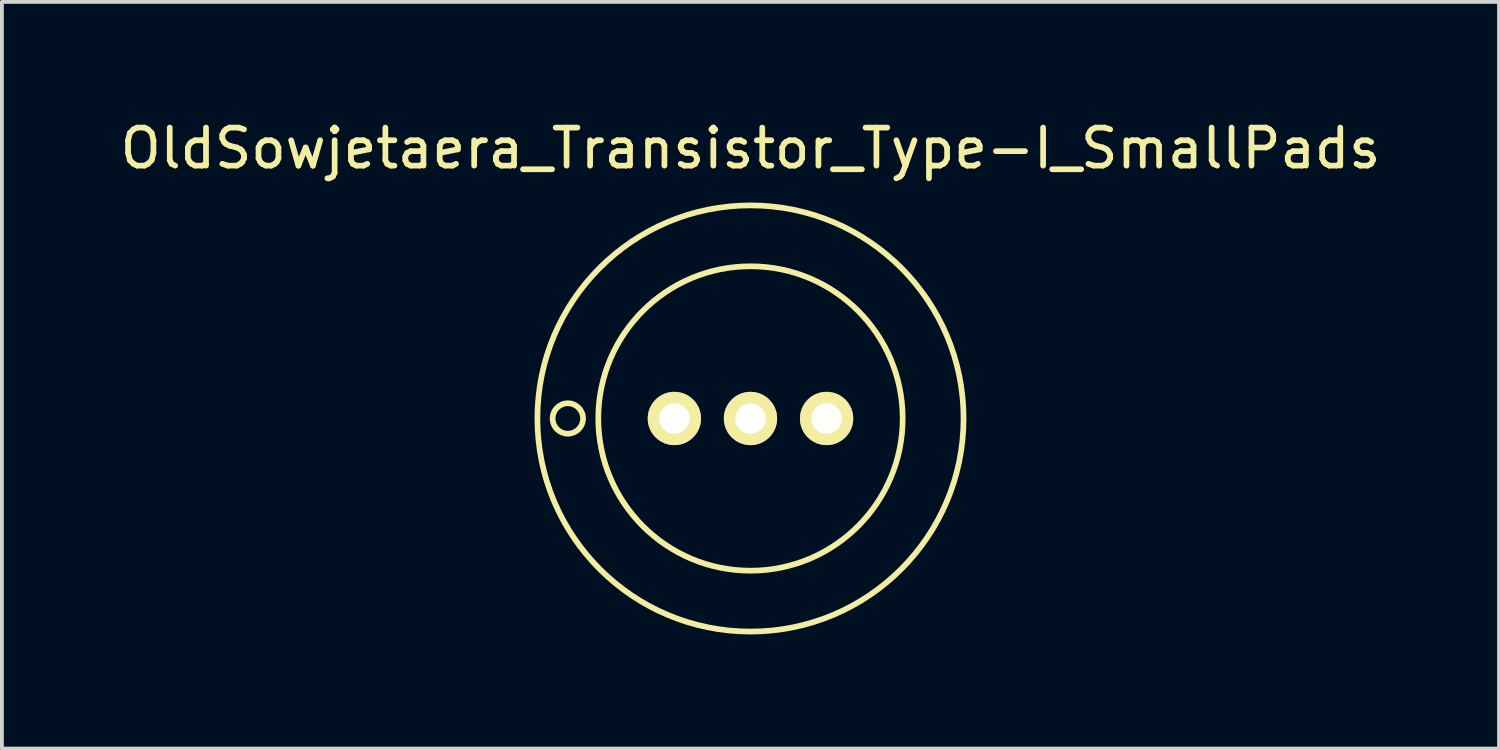
<source format=kicad_pcb>
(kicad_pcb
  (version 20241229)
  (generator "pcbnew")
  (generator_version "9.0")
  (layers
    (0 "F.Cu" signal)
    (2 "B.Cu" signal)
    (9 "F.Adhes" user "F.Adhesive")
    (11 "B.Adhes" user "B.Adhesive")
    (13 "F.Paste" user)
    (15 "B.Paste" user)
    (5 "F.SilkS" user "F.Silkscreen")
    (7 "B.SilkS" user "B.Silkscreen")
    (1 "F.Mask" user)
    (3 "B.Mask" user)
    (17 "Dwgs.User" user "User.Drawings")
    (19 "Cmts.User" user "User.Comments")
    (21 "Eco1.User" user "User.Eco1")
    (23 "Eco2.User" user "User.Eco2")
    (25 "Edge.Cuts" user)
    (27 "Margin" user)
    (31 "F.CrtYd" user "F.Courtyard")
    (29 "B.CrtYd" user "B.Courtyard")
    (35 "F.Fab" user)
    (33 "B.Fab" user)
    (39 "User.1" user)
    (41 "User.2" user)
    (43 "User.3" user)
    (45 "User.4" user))
  (footprint "OldSowjetaera_Transistor_Type-I_SmallPads"
    (layer "F.Cu")
    (at 16.673 7.948)
    (property "Reference" "OldSowjetaera_Transistor_Type-I_SmallPads" (at 0 -7.1 0) (layer "F.SilkS") (effects (font (size 1 1) (thickness 0.15))))
    (attr through_hole)
    (fp_circle (center -4.8 0) (end -4.8 0.4) (stroke (width 0.15) (type solid)) (fill no) (layer "F.SilkS"))
    (fp_circle (center 0 0) (end 4 0) (stroke (width 0.15) (type solid)) (fill no) (layer "F.SilkS"))
    (fp_circle (center 0 0) (end 5.6 0) (stroke (width 0.15) (type solid)) (fill no) (layer "F.SilkS"))
    (pad "1" thru_hole circle (at -2 0) (size 1.4 1.4) (drill 0.8) (layers "*.Cu" "*.Mask" "F.SilkS"))
    (pad "2" thru_hole circle (at 0 0) (size 1.4 1.4) (drill 0.8) (layers "*.Cu" "*.Mask" "F.SilkS"))
    (pad "3" thru_hole circle (at 2 0) (size 1.4 1.4) (drill 0.8) (layers "*.Cu" "*.Mask" "F.SilkS")))
  (gr_rect
    (start -3 -3)
    (end 36.345 16.623)
    (stroke (width 0.1) (type default))
    (fill no)
    (layer "Edge.Cuts")))
</source>
